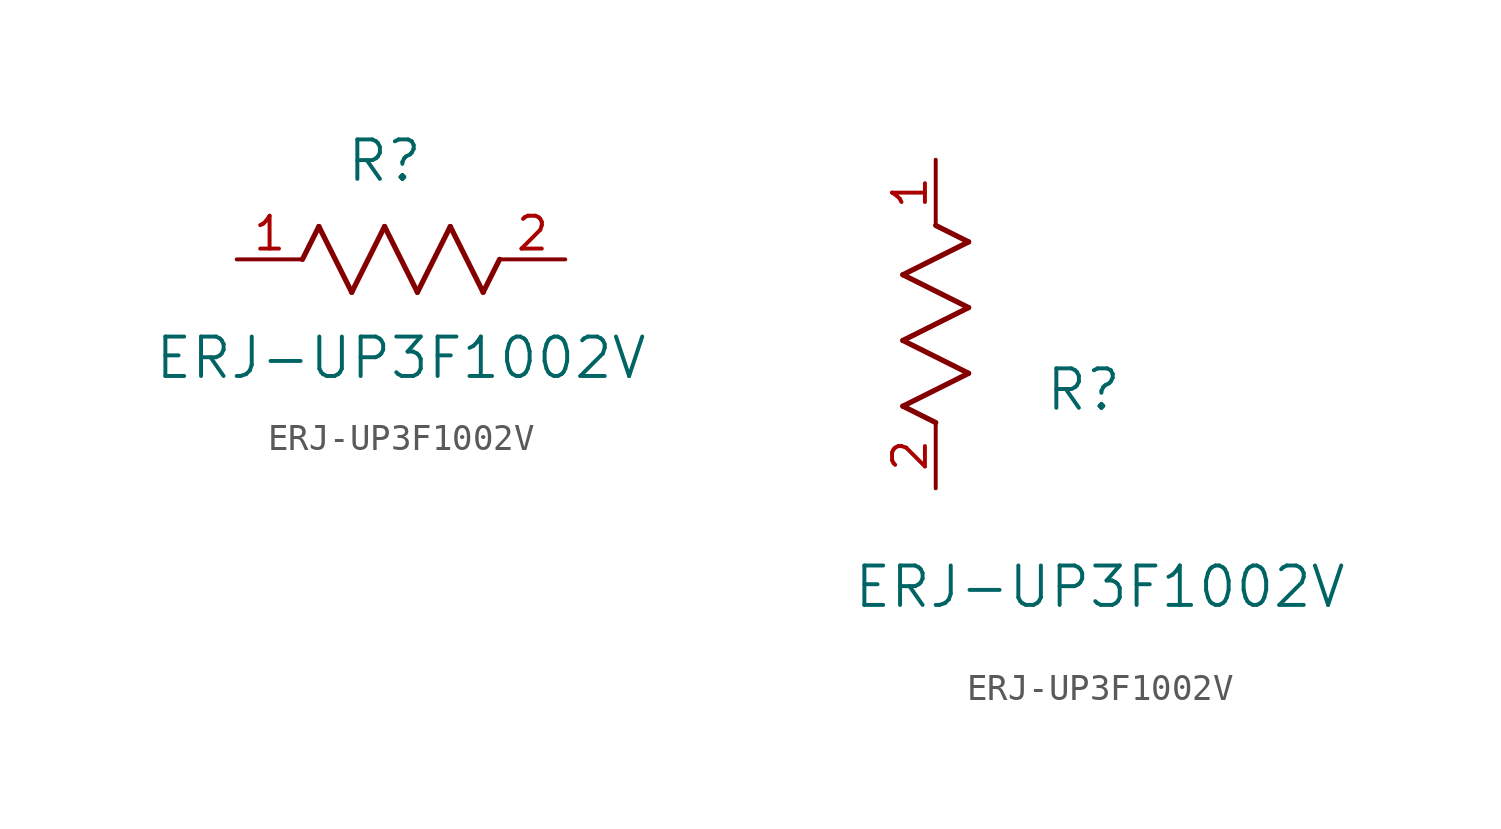
<source format=kicad_sym>
(kicad_symbol_lib
  (version 20211014)
  (generator kicad_symbol_editor)
  (symbol "ERJ-UP3F1002V"
    (pin_names
      (offset 0.254))
    (property "Reference" "R"
      (at 5.715 3.81 0)
      (effects (font (size 1.524 1.524))))
    (property "Value" "ERJ-UP3F1002V"
      (at 6.35 -3.81 0)
      (effects (font (size 1.524 1.524))))
    (symbol "ERJ-UP3F1002V_1_1"
      (polyline (pts (xy 3.175 1.27) (xy 4.445 -1.27)) (stroke (width 0.203) (type default) (color 0 0 0 0)) (fill (type none)))
      (polyline (pts (xy 4.445 -1.27) (xy 5.715 1.27)) (stroke (width 0.203) (type default) (color 0 0 0 0)) (fill (type none)))
      (polyline (pts (xy 5.715 1.27) (xy 6.985 -1.27)) (stroke (width 0.203) (type default) (color 0 0 0 0)) (fill (type none)))
      (polyline (pts (xy 6.985 -1.27) (xy 8.255 1.27)) (stroke (width 0.203) (type default) (color 0 0 0 0)) (fill (type none)))
      (polyline (pts (xy 8.255 1.27) (xy 9.525 -1.27)) (stroke (width 0.203) (type default) (color 0 0 0 0)) (fill (type none)))
      (polyline (pts (xy 2.54 0) (xy 3.175 1.27)) (stroke (width 0.203) (type default) (color 0 0 0 0)) (fill (type none)))
      (polyline (pts (xy 9.525 -1.27) (xy 10.16 0)) (stroke (width 0.203) (type default) (color 0 0 0 0)) (fill (type none)))
      (pin unspecified line (at 0 0 0) (length 2.54) (name "" (effects (font (size 1.27 1.27)))) (number "1" (effects (font (size 1.27 1.27)))))
      (pin unspecified line (at 12.7 0 180) (length 2.54) (name "" (effects (font (size 1.27 1.27)))) (number "2" (effects (font (size 1.27 1.27))))))
    (symbol "ERJ-UP3F1002V_1_2"
      (polyline (pts (xy 0 2.54) (xy -1.27 3.175)) (stroke (width 0.203) (type default) (color 0 0 0 0)) (fill (type none)))
      (polyline (pts (xy -1.27 3.175) (xy 1.27 4.445)) (stroke (width 0.203) (type default) (color 0 0 0 0)) (fill (type none)))
      (polyline (pts (xy 1.27 4.445) (xy -1.27 5.715)) (stroke (width 0.203) (type default) (color 0 0 0 0)) (fill (type none)))
      (polyline (pts (xy -1.27 5.715) (xy 1.27 6.985)) (stroke (width 0.203) (type default) (color 0 0 0 0)) (fill (type none)))
      (polyline (pts (xy -1.27 8.255) (xy 1.27 9.525)) (stroke (width 0.203) (type default) (color 0 0 0 0)) (fill (type none)))
      (polyline (pts (xy 1.27 9.525) (xy 0 10.16)) (stroke (width 0.203) (type default) (color 0 0 0 0)) (fill (type none)))
      (polyline (pts (xy 1.27 6.985) (xy -1.27 8.255)) (stroke (width 0.203) (type default) (color 0 0 0 0)) (fill (type none)))
      (pin unspecified line (at 0 12.7 270) (length 2.54) (name "" (effects (font (size 1.27 1.27)))) (number "1" (effects (font (size 1.27 1.27)))))
      (pin unspecified line (at 0 0 90) (length 2.54) (name "" (effects (font (size 1.27 1.27)))) (number "2" (effects (font (size 1.27 1.27))))))))
</source>
